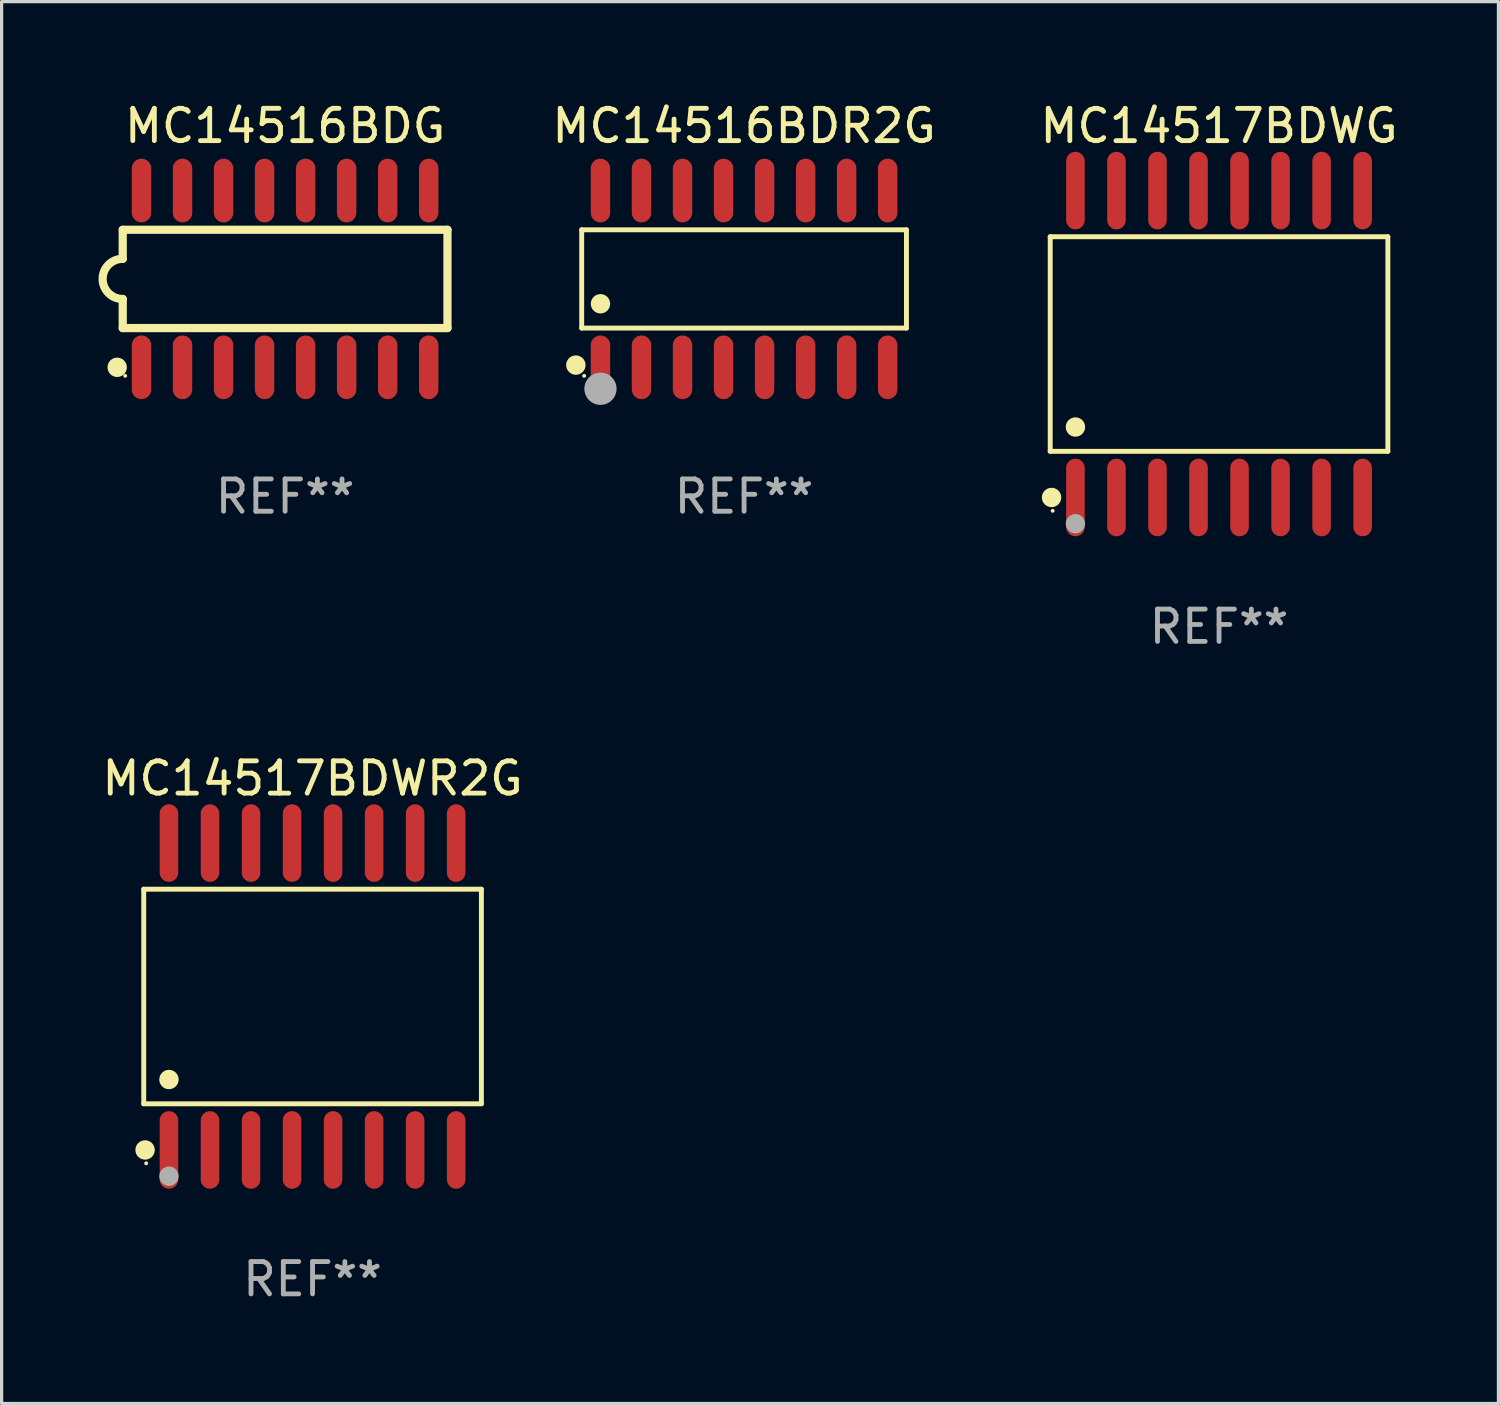
<source format=kicad_pcb>
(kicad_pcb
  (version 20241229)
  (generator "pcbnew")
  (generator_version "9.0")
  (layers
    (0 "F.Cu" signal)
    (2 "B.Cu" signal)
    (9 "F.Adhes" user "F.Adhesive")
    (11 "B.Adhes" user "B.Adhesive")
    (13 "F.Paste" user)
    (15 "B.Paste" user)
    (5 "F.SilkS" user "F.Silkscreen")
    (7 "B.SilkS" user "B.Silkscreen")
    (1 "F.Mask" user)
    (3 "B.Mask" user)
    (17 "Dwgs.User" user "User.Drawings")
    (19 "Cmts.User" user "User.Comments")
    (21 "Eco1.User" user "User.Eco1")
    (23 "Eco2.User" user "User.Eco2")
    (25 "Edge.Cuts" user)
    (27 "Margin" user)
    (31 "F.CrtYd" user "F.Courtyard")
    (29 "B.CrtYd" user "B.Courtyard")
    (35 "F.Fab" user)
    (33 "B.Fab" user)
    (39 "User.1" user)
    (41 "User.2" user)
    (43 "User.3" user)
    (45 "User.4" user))
  (footprint "MC14517BDWG"
    (layer "F.Cu")
    (at 34.684 7.599)
    (property "Reference" "MC14517BDWG" (at 0 -6.75 0) (layer "F.SilkS") (effects (font (size 1 1) (thickness 0.15))))
    (attr through_hole)
    (fp_line (start -5.226 -3.321) (end 5.226 -3.321) (stroke (width 0.152) (type solid)) (layer "F.SilkS"))
    (fp_line (start -5.226 3.321) (end -5.226 -3.321) (stroke (width 0.152) (type solid)) (layer "F.SilkS"))
    (fp_line (start 5.226 -3.321) (end 5.226 3.321) (stroke (width 0.152) (type solid)) (layer "F.SilkS"))
    (fp_line (start 5.226 3.321) (end -5.226 3.321) (stroke (width 0.152) (type solid)) (layer "F.SilkS"))
    (fp_circle (center -5.184 4.75) (end -5.034 4.75) (stroke (width 0.3) (type solid)) (fill no) (layer "F.SilkS"))
    (fp_circle (center -5.15 5.163) (end -5.12 5.163) (stroke (width 0.06) (type solid)) (fill no) (layer "F.SilkS"))
    (fp_circle (center -4.445 2.569) (end -4.295 2.569) (stroke (width 0.3) (type solid)) (fill no) (layer "F.SilkS"))
    (fp_circle (center -4.445 5.563) (end -4.295 5.563) (stroke (width 0.3) (type solid)) (fill no) (layer "F.Fab"))
    (fp_text user "REF**" (at 0 8.75 0) (layer "F.Fab") (effects (font (size 1 1) (thickness 0.15))))
    (pad "1" smd oval (at -4.445 4.75) (size 0.574 2.401) (layers "F.Cu" "F.Mask" "F.Paste"))
    (pad "2" smd oval (at -3.175 4.75) (size 0.574 2.401) (layers "F.Cu" "F.Mask" "F.Paste"))
    (pad "3" smd oval (at -1.905 4.75) (size 0.574 2.401) (layers "F.Cu" "F.Mask" "F.Paste"))
    (pad "4" smd oval (at -0.635 4.75) (size 0.574 2.401) (layers "F.Cu" "F.Mask" "F.Paste"))
    (pad "5" smd oval (at 0.635 4.75) (size 0.574 2.401) (layers "F.Cu" "F.Mask" "F.Paste"))
    (pad "6" smd oval (at 1.905 4.75) (size 0.574 2.401) (layers "F.Cu" "F.Mask" "F.Paste"))
    (pad "7" smd oval (at 3.175 4.75) (size 0.574 2.401) (layers "F.Cu" "F.Mask" "F.Paste"))
    (pad "8" smd oval (at 4.445 4.75) (size 0.574 2.401) (layers "F.Cu" "F.Mask" "F.Paste"))
    (pad "9" smd oval (at 4.445 -4.75) (size 0.574 2.401) (layers "F.Cu" "F.Mask" "F.Paste"))
    (pad "10" smd oval (at 3.175 -4.75) (size 0.574 2.401) (layers "F.Cu" "F.Mask" "F.Paste"))
    (pad "11" smd oval (at 1.905 -4.75) (size 0.574 2.401) (layers "F.Cu" "F.Mask" "F.Paste"))
    (pad "12" smd oval (at 0.635 -4.75) (size 0.574 2.401) (layers "F.Cu" "F.Mask" "F.Paste"))
    (pad "13" smd oval (at -0.635 -4.75) (size 0.574 2.401) (layers "F.Cu" "F.Mask" "F.Paste"))
    (pad "14" smd oval (at -1.905 -4.75) (size 0.574 2.401) (layers "F.Cu" "F.Mask" "F.Paste"))
    (pad "15" smd oval (at -3.175 -4.75) (size 0.574 2.401) (layers "F.Cu" "F.Mask" "F.Paste"))
    (pad "16" smd oval (at -4.445 -4.75) (size 0.574 2.401) (layers "F.Cu" "F.Mask" "F.Paste")))
  (footprint "MC14516BDR2G"
    (layer "F.Cu")
    (at 19.982 5.584)
    (property "Reference" "MC14516BDR2G" (at 0 -4.736 0) (layer "F.SilkS") (effects (font (size 1 1) (thickness 0.15))))
    (attr through_hole)
    (fp_line (start -5.026 -1.521) (end 5.026 -1.521) (stroke (width 0.152) (type solid)) (layer "F.SilkS"))
    (fp_line (start -5.026 1.521) (end -5.026 -1.521) (stroke (width 0.152) (type solid)) (layer "F.SilkS"))
    (fp_line (start 5.026 -1.521) (end 5.026 1.521) (stroke (width 0.152) (type solid)) (layer "F.SilkS"))
    (fp_line (start 5.026 1.521) (end -5.026 1.521) (stroke (width 0.152) (type solid)) (layer "F.SilkS"))
    (fp_circle (center -5.207 2.667) (end -5.057 2.667) (stroke (width 0.3) (type solid)) (fill no) (layer "F.SilkS"))
    (fp_circle (center -4.95 3) (end -4.92 3) (stroke (width 0.06) (type solid)) (fill no) (layer "F.SilkS"))
    (fp_circle (center -4.445 0.769) (end -4.295 0.769) (stroke (width 0.3) (type solid)) (fill no) (layer "F.SilkS"))
    (fp_circle (center -4.445 3.4) (end -4.195 3.4) (stroke (width 0.5) (type solid)) (fill no) (layer "F.Fab"))
    (fp_text user "REF**" (at 0 6.736 0) (layer "F.Fab") (effects (font (size 1 1) (thickness 0.15))))
    (pad "1" smd oval (at -4.445 2.736) (size 0.602 1.971) (layers "F.Cu" "F.Mask" "F.Paste"))
    (pad "2" smd oval (at -3.175 2.736) (size 0.602 1.971) (layers "F.Cu" "F.Mask" "F.Paste"))
    (pad "3" smd oval (at -1.905 2.736) (size 0.602 1.971) (layers "F.Cu" "F.Mask" "F.Paste"))
    (pad "4" smd oval (at -0.635 2.736) (size 0.602 1.971) (layers "F.Cu" "F.Mask" "F.Paste"))
    (pad "5" smd oval (at 0.635 2.736) (size 0.602 1.971) (layers "F.Cu" "F.Mask" "F.Paste"))
    (pad "6" smd oval (at 1.905 2.736) (size 0.602 1.971) (layers "F.Cu" "F.Mask" "F.Paste"))
    (pad "7" smd oval (at 3.175 2.736) (size 0.602 1.971) (layers "F.Cu" "F.Mask" "F.Paste"))
    (pad "8" smd oval (at 4.445 2.736) (size 0.602 1.971) (layers "F.Cu" "F.Mask" "F.Paste"))
    (pad "9" smd oval (at 4.445 -2.736) (size 0.602 1.971) (layers "F.Cu" "F.Mask" "F.Paste"))
    (pad "10" smd oval (at 3.175 -2.736) (size 0.602 1.971) (layers "F.Cu" "F.Mask" "F.Paste"))
    (pad "11" smd oval (at 1.905 -2.736) (size 0.602 1.971) (layers "F.Cu" "F.Mask" "F.Paste"))
    (pad "12" smd oval (at 0.635 -2.736) (size 0.602 1.971) (layers "F.Cu" "F.Mask" "F.Paste"))
    (pad "13" smd oval (at -0.635 -2.736) (size 0.602 1.971) (layers "F.Cu" "F.Mask" "F.Paste"))
    (pad "14" smd oval (at -1.905 -2.736) (size 0.602 1.971) (layers "F.Cu" "F.Mask" "F.Paste"))
    (pad "15" smd oval (at -3.175 -2.736) (size 0.602 1.971) (layers "F.Cu" "F.Mask" "F.Paste"))
    (pad "16" smd oval (at -4.445 -2.736) (size 0.602 1.971) (layers "F.Cu" "F.Mask" "F.Paste")))
  (footprint "MC14517BDWR2G"
    (layer "F.Cu")
    (at 6.625 27.796)
    (property "Reference" "MC14517BDWR2G" (at 0 -6.75 0) (layer "F.SilkS") (effects (font (size 1 1) (thickness 0.15))))
    (attr through_hole)
    (fp_line (start -5.226 -3.321) (end 5.226 -3.321) (stroke (width 0.152) (type solid)) (layer "F.SilkS"))
    (fp_line (start -5.226 3.321) (end -5.226 -3.321) (stroke (width 0.152) (type solid)) (layer "F.SilkS"))
    (fp_line (start 5.226 -3.321) (end 5.226 3.321) (stroke (width 0.152) (type solid)) (layer "F.SilkS"))
    (fp_line (start 5.226 3.321) (end -5.226 3.321) (stroke (width 0.152) (type solid)) (layer "F.SilkS"))
    (fp_circle (center -5.184 4.75) (end -5.034 4.75) (stroke (width 0.3) (type solid)) (fill no) (layer "F.SilkS"))
    (fp_circle (center -5.15 5.163) (end -5.12 5.163) (stroke (width 0.06) (type solid)) (fill no) (layer "F.SilkS"))
    (fp_circle (center -4.445 2.569) (end -4.295 2.569) (stroke (width 0.3) (type solid)) (fill no) (layer "F.SilkS"))
    (fp_circle (center -4.445 5.563) (end -4.295 5.563) (stroke (width 0.3) (type solid)) (fill no) (layer "F.Fab"))
    (fp_text user "REF**" (at 0 8.75 0) (layer "F.Fab") (effects (font (size 1 1) (thickness 0.15))))
    (pad "1" smd oval (at -4.445 4.75) (size 0.574 2.401) (layers "F.Cu" "F.Mask" "F.Paste"))
    (pad "2" smd oval (at -3.175 4.75) (size 0.574 2.401) (layers "F.Cu" "F.Mask" "F.Paste"))
    (pad "3" smd oval (at -1.905 4.75) (size 0.574 2.401) (layers "F.Cu" "F.Mask" "F.Paste"))
    (pad "4" smd oval (at -0.635 4.75) (size 0.574 2.401) (layers "F.Cu" "F.Mask" "F.Paste"))
    (pad "5" smd oval (at 0.635 4.75) (size 0.574 2.401) (layers "F.Cu" "F.Mask" "F.Paste"))
    (pad "6" smd oval (at 1.905 4.75) (size 0.574 2.401) (layers "F.Cu" "F.Mask" "F.Paste"))
    (pad "7" smd oval (at 3.175 4.75) (size 0.574 2.401) (layers "F.Cu" "F.Mask" "F.Paste"))
    (pad "8" smd oval (at 4.445 4.75) (size 0.574 2.401) (layers "F.Cu" "F.Mask" "F.Paste"))
    (pad "9" smd oval (at 4.445 -4.75) (size 0.574 2.401) (layers "F.Cu" "F.Mask" "F.Paste"))
    (pad "10" smd oval (at 3.175 -4.75) (size 0.574 2.401) (layers "F.Cu" "F.Mask" "F.Paste"))
    (pad "11" smd oval (at 1.905 -4.75) (size 0.574 2.401) (layers "F.Cu" "F.Mask" "F.Paste"))
    (pad "12" smd oval (at 0.635 -4.75) (size 0.574 2.401) (layers "F.Cu" "F.Mask" "F.Paste"))
    (pad "13" smd oval (at -0.635 -4.75) (size 0.574 2.401) (layers "F.Cu" "F.Mask" "F.Paste"))
    (pad "14" smd oval (at -1.905 -4.75) (size 0.574 2.401) (layers "F.Cu" "F.Mask" "F.Paste"))
    (pad "15" smd oval (at -3.175 -4.75) (size 0.574 2.401) (layers "F.Cu" "F.Mask" "F.Paste"))
    (pad "16" smd oval (at -4.445 -4.75) (size 0.574 2.401) (layers "F.Cu" "F.Mask" "F.Paste")))
  (footprint "MC14516BDG"
    (layer "F.Cu")
    (at 5.775 5.584)
    (property "Reference" "MC14516BDG" (at 0 -4.736 0) (layer "F.SilkS") (effects (font (size 1 1) (thickness 0.15))))
    (attr through_hole)
    (fp_line (start -5.026 -1.521) (end -5.026 -0.621) (stroke (width 0.254) (type solid)) (layer "F.SilkS"))
    (fp_line (start -5.026 -1.521) (end 5.026 -1.521) (stroke (width 0.254) (type solid)) (layer "F.SilkS"))
    (fp_line (start -5.026 1.521) (end -5.026 0.621) (stroke (width 0.254) (type solid)) (layer "F.SilkS"))
    (fp_line (start 5.026 -1.521) (end 5.026 1.521) (stroke (width 0.254) (type solid)) (layer "F.SilkS"))
    (fp_line (start 5.026 1.521) (end -5.026 1.521) (stroke (width 0.254) (type solid)) (layer "F.SilkS"))
    (fp_arc (start -5.026187 0.621387) (mid -5.647752 -0.000787) (end -5.025781 -0.622555) (stroke (width 0.254001) (type solid)) (layer "F.SilkS"))
    (fp_circle (center -5.198 2.736) (end -5.048 2.736) (stroke (width 0.3) (type solid)) (fill no) (layer "F.SilkS"))
    (fp_circle (center -4.95 3) (end -4.92 3) (stroke (width 0.06) (type solid)) (fill no) (layer "F.SilkS"))
    (fp_text user "REF**" (at 0 6.736 0) (layer "F.Fab") (effects (font (size 1 1) (thickness 0.15))))
    (pad "1" smd oval (at -4.445 2.736) (size 0.602 1.971) (layers "F.Cu" "F.Mask" "F.Paste"))
    (pad "2" smd oval (at -3.175 2.736) (size 0.602 1.971) (layers "F.Cu" "F.Mask" "F.Paste"))
    (pad "3" smd oval (at -1.905 2.736) (size 0.602 1.971) (layers "F.Cu" "F.Mask" "F.Paste"))
    (pad "4" smd oval (at -0.635 2.736) (size 0.602 1.971) (layers "F.Cu" "F.Mask" "F.Paste"))
    (pad "5" smd oval (at 0.635 2.736) (size 0.602 1.971) (layers "F.Cu" "F.Mask" "F.Paste"))
    (pad "6" smd oval (at 1.905 2.736) (size 0.602 1.971) (layers "F.Cu" "F.Mask" "F.Paste"))
    (pad "7" smd oval (at 3.175 2.736) (size 0.602 1.971) (layers "F.Cu" "F.Mask" "F.Paste"))
    (pad "8" smd oval (at 4.445 2.736) (size 0.602 1.971) (layers "F.Cu" "F.Mask" "F.Paste"))
    (pad "9" smd oval (at 4.445 -2.736) (size 0.602 1.971) (layers "F.Cu" "F.Mask" "F.Paste"))
    (pad "10" smd oval (at 3.175 -2.736) (size 0.602 1.971) (layers "F.Cu" "F.Mask" "F.Paste"))
    (pad "11" smd oval (at 1.905 -2.736) (size 0.602 1.971) (layers "F.Cu" "F.Mask" "F.Paste"))
    (pad "12" smd oval (at 0.635 -2.736) (size 0.602 1.971) (layers "F.Cu" "F.Mask" "F.Paste"))
    (pad "13" smd oval (at -0.635 -2.736) (size 0.602 1.971) (layers "F.Cu" "F.Mask" "F.Paste"))
    (pad "14" smd oval (at -1.905 -2.736) (size 0.602 1.971) (layers "F.Cu" "F.Mask" "F.Paste"))
    (pad "15" smd oval (at -3.175 -2.736) (size 0.602 1.971) (layers "F.Cu" "F.Mask" "F.Paste"))
    (pad "16" smd oval (at -4.445 -2.736) (size 0.602 1.971) (layers "F.Cu" "F.Mask" "F.Paste")))
  (gr_rect
    (start -3 -3)
    (end 43.333 40.394)
    (stroke (width 0.1) (type default))
    (fill no)
    (layer "Edge.Cuts")))
</source>
